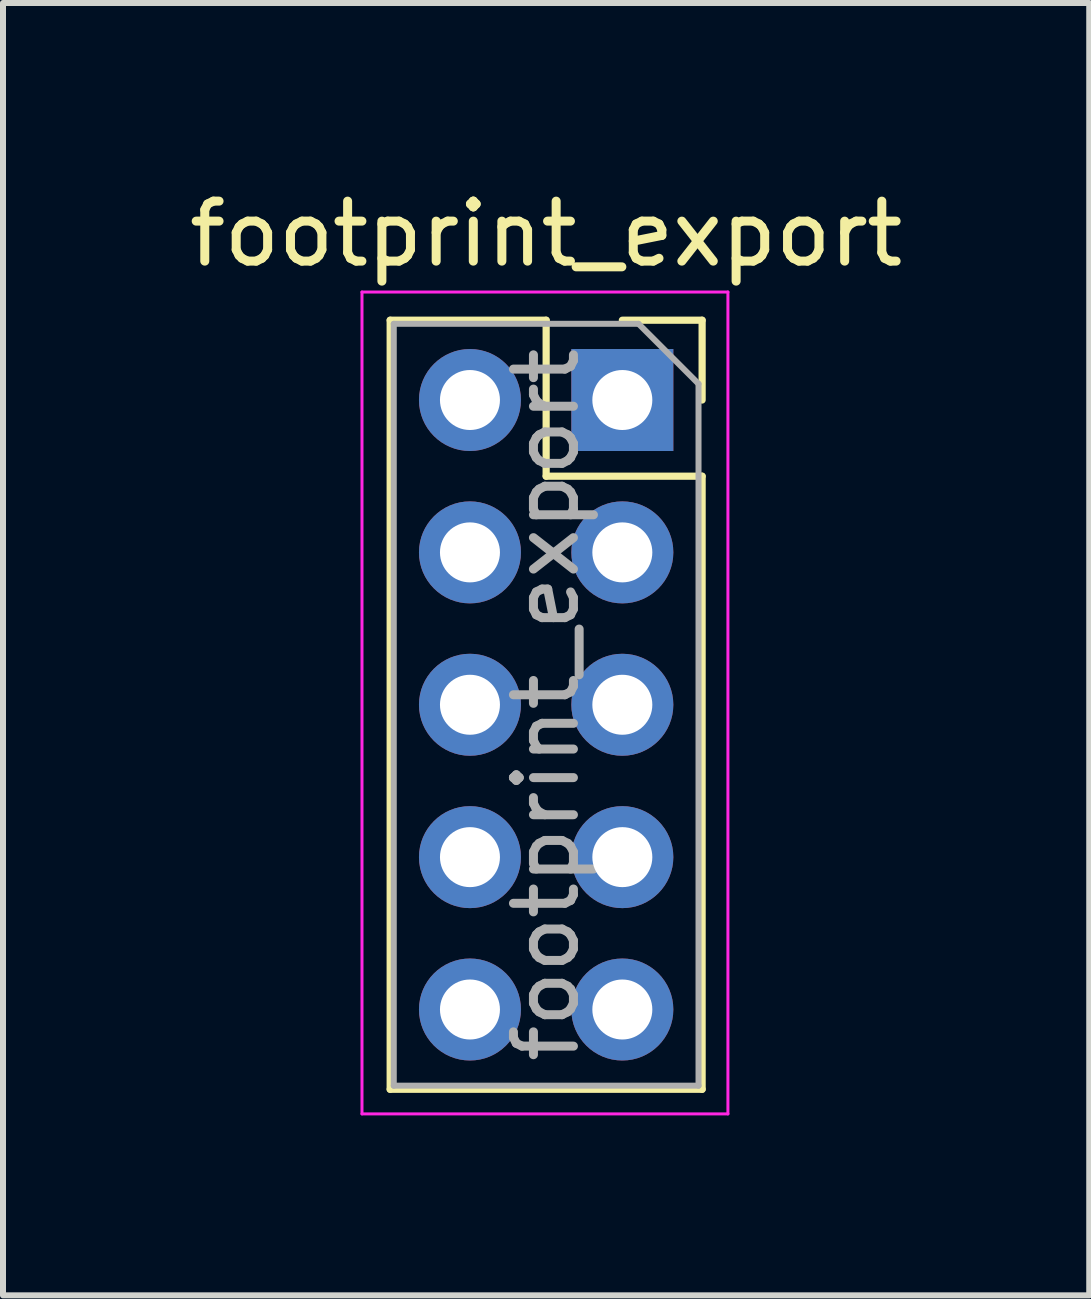
<source format=kicad_pcb>
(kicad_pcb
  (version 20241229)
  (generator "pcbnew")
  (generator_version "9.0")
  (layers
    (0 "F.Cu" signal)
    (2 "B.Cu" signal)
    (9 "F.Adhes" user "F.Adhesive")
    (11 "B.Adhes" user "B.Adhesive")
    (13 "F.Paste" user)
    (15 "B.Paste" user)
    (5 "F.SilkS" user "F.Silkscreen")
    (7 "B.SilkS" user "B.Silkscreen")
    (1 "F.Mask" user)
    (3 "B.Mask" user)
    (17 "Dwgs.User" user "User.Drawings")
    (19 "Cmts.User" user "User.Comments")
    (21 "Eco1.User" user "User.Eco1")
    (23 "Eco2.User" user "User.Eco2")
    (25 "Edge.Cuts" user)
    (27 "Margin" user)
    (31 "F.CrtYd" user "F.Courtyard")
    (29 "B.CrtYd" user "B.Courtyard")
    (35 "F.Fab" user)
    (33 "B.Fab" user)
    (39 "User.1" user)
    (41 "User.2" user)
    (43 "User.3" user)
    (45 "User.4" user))
  (footprint "footprint_export"
    (layer "F.Cu")
    (at 7.324 3.618)
    (property "Reference" "footprint_export" (at -1.27 -2.77 0) (layer "F.SilkS") (effects (font (size 1 1) (thickness 0.15))))
    (attr through_hole)
    (fp_line (start -3.87 -1.33) (end -3.87 11.49) (stroke (width 0.12) (type solid)) (layer "F.SilkS"))
    (fp_line (start -3.87 -1.33) (end -1.27 -1.33) (stroke (width 0.12) (type solid)) (layer "F.SilkS"))
    (fp_line (start -3.87 11.49) (end 1.33 11.49) (stroke (width 0.12) (type solid)) (layer "F.SilkS"))
    (fp_line (start -1.27 -1.33) (end -1.27 1.27) (stroke (width 0.12) (type solid)) (layer "F.SilkS"))
    (fp_line (start -1.27 1.27) (end 1.33 1.27) (stroke (width 0.12) (type solid)) (layer "F.SilkS"))
    (fp_line (start 0 -1.33) (end 1.33 -1.33) (stroke (width 0.12) (type solid)) (layer "F.SilkS"))
    (fp_line (start 1.33 -1.33) (end 1.33 0) (stroke (width 0.12) (type solid)) (layer "F.SilkS"))
    (fp_line (start 1.33 1.27) (end 1.33 11.49) (stroke (width 0.12) (type solid)) (layer "F.SilkS"))
    (fp_line (start -4.34 -1.8) (end 1.76 -1.8) (stroke (width 0.05) (type solid)) (layer "F.CrtYd"))
    (fp_line (start -4.34 11.9) (end -4.34 -1.8) (stroke (width 0.05) (type solid)) (layer "F.CrtYd"))
    (fp_line (start 1.76 -1.8) (end 1.76 11.9) (stroke (width 0.05) (type solid)) (layer "F.CrtYd"))
    (fp_line (start 1.76 11.9) (end -4.34 11.9) (stroke (width 0.05) (type solid)) (layer "F.CrtYd"))
    (fp_line (start -3.81 -1.27) (end 0.27 -1.27) (stroke (width 0.1) (type solid)) (layer "F.Fab"))
    (fp_line (start -3.81 11.43) (end -3.81 -1.27) (stroke (width 0.1) (type solid)) (layer "F.Fab"))
    (fp_line (start 0.27 -1.27) (end 1.27 -0.27) (stroke (width 0.1) (type solid)) (layer "F.Fab"))
    (fp_line (start 1.27 -0.27) (end 1.27 11.43) (stroke (width 0.1) (type solid)) (layer "F.Fab"))
    (fp_line (start 1.27 11.43) (end -3.81 11.43) (stroke (width 0.1) (type solid)) (layer "F.Fab"))
    (fp_text user "${REFERENCE}" (at -1.27 5.08 90) (layer "F.Fab") (effects (font (size 1 1) (thickness 0.15))))
    (pad "1" thru_hole rect (at 0 0) (size 1.7 1.7) (drill 1) (layers "*.Cu" "*.Mask"))
    (pad "2" thru_hole oval (at -2.54 0) (size 1.7 1.7) (drill 1) (layers "*.Cu" "*.Mask"))
    (pad "3" thru_hole oval (at 0 2.54) (size 1.7 1.7) (drill 1) (layers "*.Cu" "*.Mask"))
    (pad "4" thru_hole oval (at -2.54 2.54) (size 1.7 1.7) (drill 1) (layers "*.Cu" "*.Mask"))
    (pad "5" thru_hole oval (at 0 5.08) (size 1.7 1.7) (drill 1) (layers "*.Cu" "*.Mask"))
    (pad "6" thru_hole oval (at -2.54 5.08) (size 1.7 1.7) (drill 1) (layers "*.Cu" "*.Mask"))
    (pad "7" thru_hole oval (at 0 7.62) (size 1.7 1.7) (drill 1) (layers "*.Cu" "*.Mask"))
    (pad "8" thru_hole oval (at -2.54 7.62) (size 1.7 1.7) (drill 1) (layers "*.Cu" "*.Mask"))
    (pad "9" thru_hole oval (at 0 10.16) (size 1.7 1.7) (drill 1) (layers "*.Cu" "*.Mask"))
    (pad "10" thru_hole oval (at -2.54 10.16) (size 1.7 1.7) (drill 1) (layers "*.Cu" "*.Mask")))
  (gr_rect
    (start -3 -3)
    (end 15.107 18.543)
    (stroke (width 0.1) (type default))
    (fill no)
    (layer "Edge.Cuts")))
</source>
